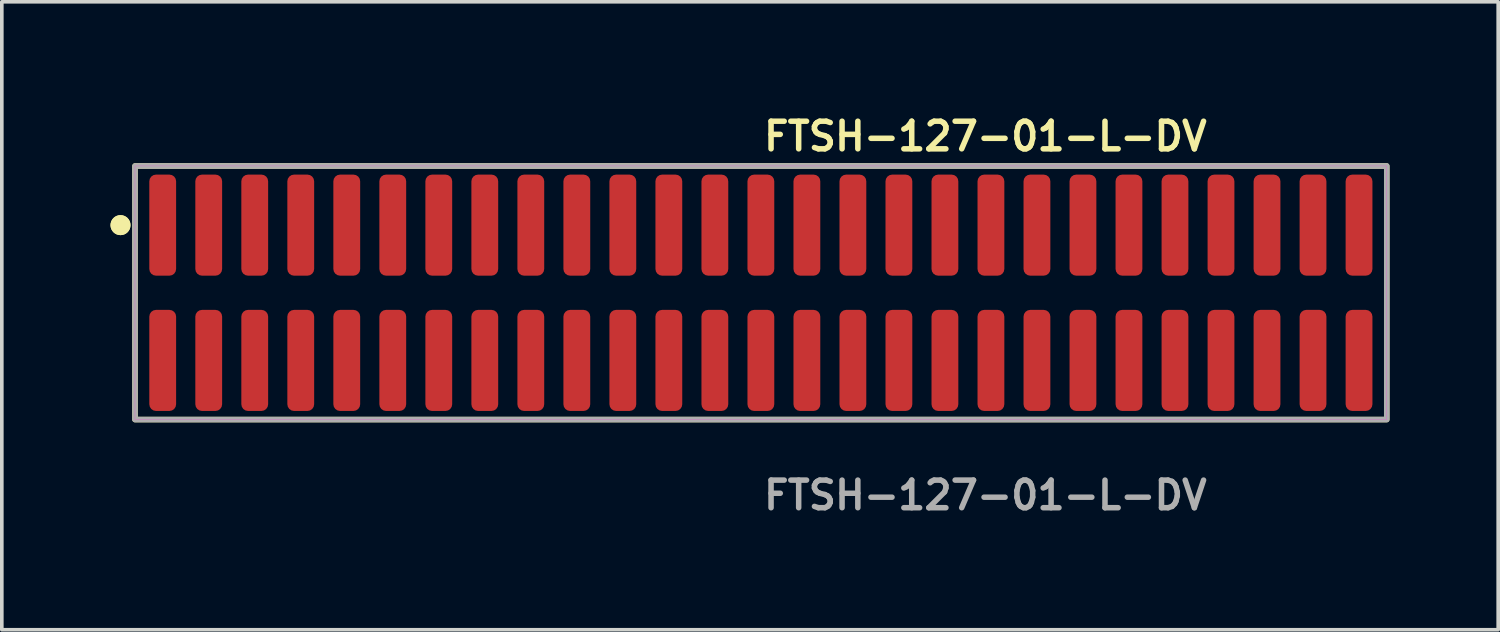
<source format=kicad_pcb>
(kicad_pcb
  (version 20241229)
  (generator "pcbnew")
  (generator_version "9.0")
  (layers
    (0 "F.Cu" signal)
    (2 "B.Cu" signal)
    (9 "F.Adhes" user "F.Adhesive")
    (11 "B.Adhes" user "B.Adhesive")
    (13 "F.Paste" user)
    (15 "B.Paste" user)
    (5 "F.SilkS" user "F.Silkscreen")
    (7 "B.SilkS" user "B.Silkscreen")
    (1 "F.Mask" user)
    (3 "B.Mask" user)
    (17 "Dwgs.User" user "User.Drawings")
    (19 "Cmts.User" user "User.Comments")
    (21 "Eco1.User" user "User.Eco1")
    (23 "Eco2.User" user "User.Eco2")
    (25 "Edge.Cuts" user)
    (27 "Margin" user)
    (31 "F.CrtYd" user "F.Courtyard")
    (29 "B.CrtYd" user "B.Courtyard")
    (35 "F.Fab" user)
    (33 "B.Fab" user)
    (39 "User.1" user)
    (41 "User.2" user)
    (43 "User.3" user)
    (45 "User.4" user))
  (footprint "FTSH-127-01-L-DV"
    (layer "F.Cu")
    (at 17.951 5.031)
    (property "Reference" "FTSH-127-01-L-DV" (at 0 -4.318 0) (unlocked yes) (layer "F.SilkS") (effects (font (size 0.762 0.762) (thickness 0.152)) (justify left)))
    (fp_rect (start -17.275 3.5) (end 17.275 -3.5) (stroke (width 0.152) (type solid)) (fill no) (layer "F.SilkS"))
    (fp_circle (center -17.675 -1.867) (end -17.875 -1.867) (stroke (width 0.152) (type solid)) (fill yes) (layer "F.SilkS"))
    (fp_circle (center -17.675 -1.867) (end -17.875 -1.867) (stroke (width 0.152) (type solid)) (fill yes) (layer "F.SilkS"))
    (fp_rect (start -17.275 3.5) (end 17.275 -3.5) (stroke (width 0.006) (type solid)) (fill no) (layer "F.CrtYd"))
    (fp_rect (start -17.275 3.5) (end 17.275 -3.5) (stroke (width 0.152) (type solid)) (fill no) (layer "F.Fab"))
    (fp_text user "${REFERENCE}" (at 0 5.588 0) (unlocked yes) (layer "F.Fab") (effects (font (size 0.762 0.762) (thickness 0.152)) (justify left)))
    (pad "1" smd roundrect (at -16.51 -1.867) (size 0.74 2.79) (layers "F.Cu" "F.Paste") (roundrect_rratio 0.25))
    (pad "2" smd roundrect (at -16.51 1.867) (size 0.74 2.79) (layers "F.Cu" "F.Paste") (roundrect_rratio 0.25))
    (pad "3" smd roundrect (at -15.24 -1.867) (size 0.74 2.79) (layers "F.Cu" "F.Paste") (roundrect_rratio 0.25))
    (pad "4" smd roundrect (at -15.24 1.867) (size 0.74 2.79) (layers "F.Cu" "F.Paste") (roundrect_rratio 0.25))
    (pad "5" smd roundrect (at -13.97 -1.867) (size 0.74 2.79) (layers "F.Cu" "F.Paste") (roundrect_rratio 0.25))
    (pad "6" smd roundrect (at -13.97 1.867) (size 0.74 2.79) (layers "F.Cu" "F.Paste") (roundrect_rratio 0.25))
    (pad "7" smd roundrect (at -12.7 -1.867) (size 0.74 2.79) (layers "F.Cu" "F.Paste") (roundrect_rratio 0.25))
    (pad "8" smd roundrect (at -12.7 1.867) (size 0.74 2.79) (layers "F.Cu" "F.Paste") (roundrect_rratio 0.25))
    (pad "9" smd roundrect (at -11.43 -1.867) (size 0.74 2.79) (layers "F.Cu" "F.Paste") (roundrect_rratio 0.25))
    (pad "10" smd roundrect (at -11.43 1.867) (size 0.74 2.79) (layers "F.Cu" "F.Paste") (roundrect_rratio 0.25))
    (pad "11" smd roundrect (at -10.16 -1.867) (size 0.74 2.79) (layers "F.Cu" "F.Paste") (roundrect_rratio 0.25))
    (pad "12" smd roundrect (at -10.16 1.867) (size 0.74 2.79) (layers "F.Cu" "F.Paste") (roundrect_rratio 0.25))
    (pad "13" smd roundrect (at -8.89 -1.867) (size 0.74 2.79) (layers "F.Cu" "F.Paste") (roundrect_rratio 0.25))
    (pad "14" smd roundrect (at -8.89 1.867) (size 0.74 2.79) (layers "F.Cu" "F.Paste") (roundrect_rratio 0.25))
    (pad "15" smd roundrect (at -7.62 -1.867) (size 0.74 2.79) (layers "F.Cu" "F.Paste") (roundrect_rratio 0.25))
    (pad "16" smd roundrect (at -7.62 1.867) (size 0.74 2.79) (layers "F.Cu" "F.Paste") (roundrect_rratio 0.25))
    (pad "17" smd roundrect (at -6.35 -1.867) (size 0.74 2.79) (layers "F.Cu" "F.Paste") (roundrect_rratio 0.25))
    (pad "18" smd roundrect (at -6.35 1.867) (size 0.74 2.79) (layers "F.Cu" "F.Paste") (roundrect_rratio 0.25))
    (pad "19" smd roundrect (at -5.08 -1.867) (size 0.74 2.79) (layers "F.Cu" "F.Paste") (roundrect_rratio 0.25))
    (pad "20" smd roundrect (at -5.08 1.867) (size 0.74 2.79) (layers "F.Cu" "F.Paste") (roundrect_rratio 0.25))
    (pad "21" smd roundrect (at -3.81 -1.867) (size 0.74 2.79) (layers "F.Cu" "F.Paste") (roundrect_rratio 0.25))
    (pad "22" smd roundrect (at -3.81 1.867) (size 0.74 2.79) (layers "F.Cu" "F.Paste") (roundrect_rratio 0.25))
    (pad "23" smd roundrect (at -2.54 -1.867) (size 0.74 2.79) (layers "F.Cu" "F.Paste") (roundrect_rratio 0.25))
    (pad "24" smd roundrect (at -2.54 1.867) (size 0.74 2.79) (layers "F.Cu" "F.Paste") (roundrect_rratio 0.25))
    (pad "25" smd roundrect (at -1.27 -1.867) (size 0.74 2.79) (layers "F.Cu" "F.Paste") (roundrect_rratio 0.25))
    (pad "26" smd roundrect (at -1.27 1.867) (size 0.74 2.79) (layers "F.Cu" "F.Paste") (roundrect_rratio 0.25))
    (pad "27" smd roundrect (at 0 -1.867) (size 0.74 2.79) (layers "F.Cu" "F.Paste") (roundrect_rratio 0.25))
    (pad "28" smd roundrect (at 0 1.867) (size 0.74 2.79) (layers "F.Cu" "F.Paste") (roundrect_rratio 0.25))
    (pad "29" smd roundrect (at 1.27 -1.867) (size 0.74 2.79) (layers "F.Cu" "F.Paste") (roundrect_rratio 0.25))
    (pad "30" smd roundrect (at 1.27 1.867) (size 0.74 2.79) (layers "F.Cu" "F.Paste") (roundrect_rratio 0.25))
    (pad "31" smd roundrect (at 2.54 -1.867) (size 0.74 2.79) (layers "F.Cu" "F.Paste") (roundrect_rratio 0.25))
    (pad "32" smd roundrect (at 2.54 1.867) (size 0.74 2.79) (layers "F.Cu" "F.Paste") (roundrect_rratio 0.25))
    (pad "33" smd roundrect (at 3.81 -1.867) (size 0.74 2.79) (layers "F.Cu" "F.Paste") (roundrect_rratio 0.25))
    (pad "34" smd roundrect (at 3.81 1.867) (size 0.74 2.79) (layers "F.Cu" "F.Paste") (roundrect_rratio 0.25))
    (pad "35" smd roundrect (at 5.08 -1.867) (size 0.74 2.79) (layers "F.Cu" "F.Paste") (roundrect_rratio 0.25))
    (pad "36" smd roundrect (at 5.08 1.867) (size 0.74 2.79) (layers "F.Cu" "F.Paste") (roundrect_rratio 0.25))
    (pad "37" smd roundrect (at 6.35 -1.867) (size 0.74 2.79) (layers "F.Cu" "F.Paste") (roundrect_rratio 0.25))
    (pad "38" smd roundrect (at 6.35 1.867) (size 0.74 2.79) (layers "F.Cu" "F.Paste") (roundrect_rratio 0.25))
    (pad "39" smd roundrect (at 7.62 -1.867) (size 0.74 2.79) (layers "F.Cu" "F.Paste") (roundrect_rratio 0.25))
    (pad "40" smd roundrect (at 7.62 1.867) (size 0.74 2.79) (layers "F.Cu" "F.Paste") (roundrect_rratio 0.25))
    (pad "41" smd roundrect (at 8.89 -1.867) (size 0.74 2.79) (layers "F.Cu" "F.Paste") (roundrect_rratio 0.25))
    (pad "42" smd roundrect (at 8.89 1.867) (size 0.74 2.79) (layers "F.Cu" "F.Paste") (roundrect_rratio 0.25))
    (pad "43" smd roundrect (at 10.16 -1.867) (size 0.74 2.79) (layers "F.Cu" "F.Paste") (roundrect_rratio 0.25))
    (pad "44" smd roundrect (at 10.16 1.867) (size 0.74 2.79) (layers "F.Cu" "F.Paste") (roundrect_rratio 0.25))
    (pad "45" smd roundrect (at 11.43 -1.867) (size 0.74 2.79) (layers "F.Cu" "F.Paste") (roundrect_rratio 0.25))
    (pad "46" smd roundrect (at 11.43 1.867) (size 0.74 2.79) (layers "F.Cu" "F.Paste") (roundrect_rratio 0.25))
    (pad "47" smd roundrect (at 12.7 -1.867) (size 0.74 2.79) (layers "F.Cu" "F.Paste") (roundrect_rratio 0.25))
    (pad "48" smd roundrect (at 12.7 1.867) (size 0.74 2.79) (layers "F.Cu" "F.Paste") (roundrect_rratio 0.25))
    (pad "49" smd roundrect (at 13.97 -1.867) (size 0.74 2.79) (layers "F.Cu" "F.Paste") (roundrect_rratio 0.25))
    (pad "50" smd roundrect (at 13.97 1.867) (size 0.74 2.79) (layers "F.Cu" "F.Paste") (roundrect_rratio 0.25))
    (pad "51" smd roundrect (at 15.24 -1.867) (size 0.74 2.79) (layers "F.Cu" "F.Paste") (roundrect_rratio 0.25))
    (pad "52" smd roundrect (at 15.24 1.867) (size 0.74 2.79) (layers "F.Cu" "F.Paste") (roundrect_rratio 0.25))
    (pad "53" smd roundrect (at 16.51 -1.867) (size 0.74 2.79) (layers "F.Cu" "F.Paste") (roundrect_rratio 0.25))
    (pad "54" smd roundrect (at 16.51 1.867) (size 0.74 2.79) (layers "F.Cu" "F.Paste") (roundrect_rratio 0.25)))
  (gr_rect
    (start -3 -3)
    (end 38.302 14.332)
    (stroke (width 0.1) (type default))
    (fill no)
    (layer "Edge.Cuts")))
</source>
